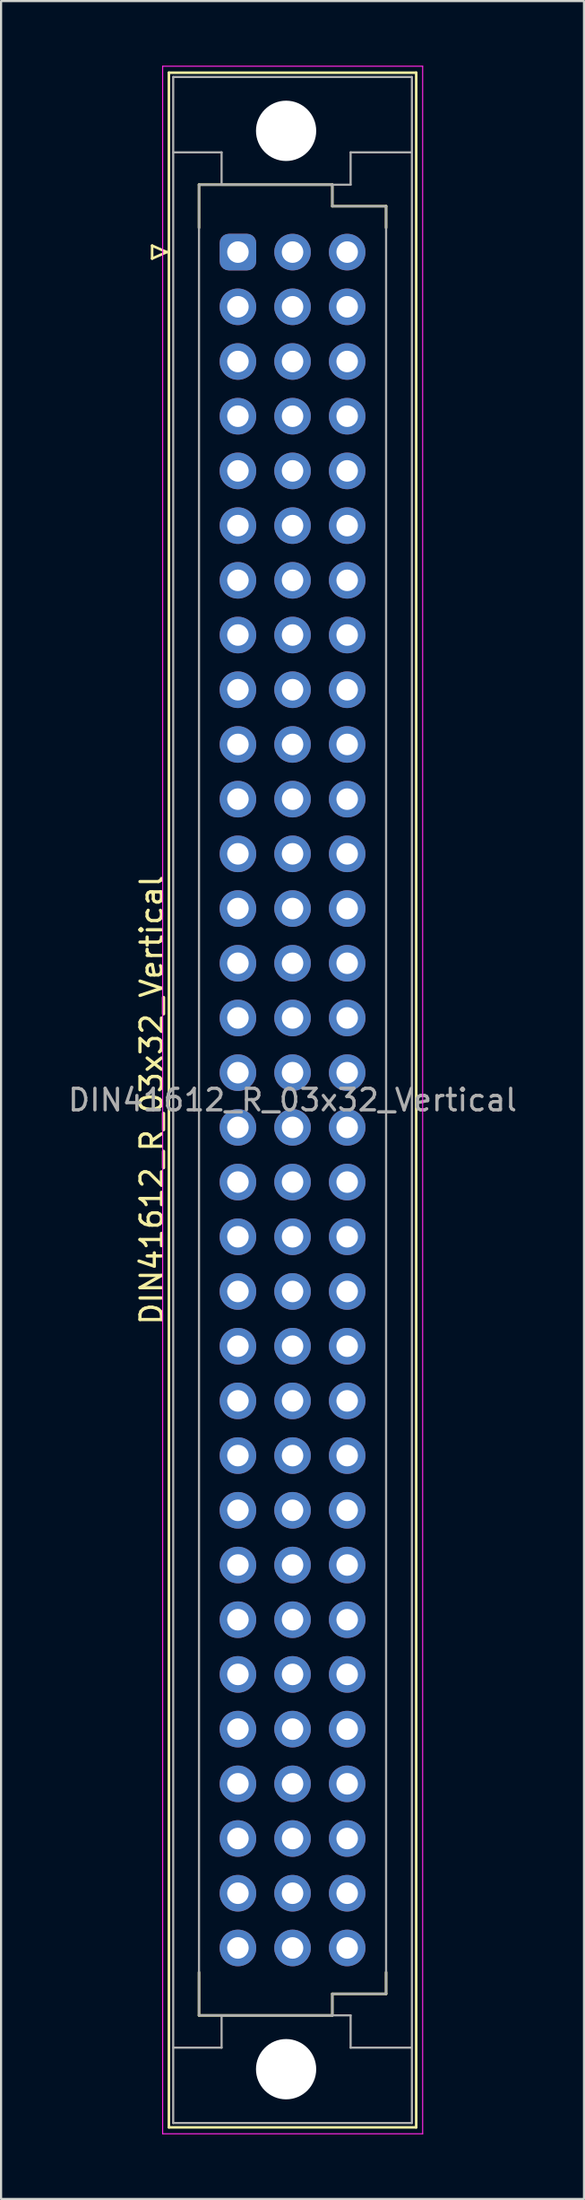
<source format=kicad_pcb>
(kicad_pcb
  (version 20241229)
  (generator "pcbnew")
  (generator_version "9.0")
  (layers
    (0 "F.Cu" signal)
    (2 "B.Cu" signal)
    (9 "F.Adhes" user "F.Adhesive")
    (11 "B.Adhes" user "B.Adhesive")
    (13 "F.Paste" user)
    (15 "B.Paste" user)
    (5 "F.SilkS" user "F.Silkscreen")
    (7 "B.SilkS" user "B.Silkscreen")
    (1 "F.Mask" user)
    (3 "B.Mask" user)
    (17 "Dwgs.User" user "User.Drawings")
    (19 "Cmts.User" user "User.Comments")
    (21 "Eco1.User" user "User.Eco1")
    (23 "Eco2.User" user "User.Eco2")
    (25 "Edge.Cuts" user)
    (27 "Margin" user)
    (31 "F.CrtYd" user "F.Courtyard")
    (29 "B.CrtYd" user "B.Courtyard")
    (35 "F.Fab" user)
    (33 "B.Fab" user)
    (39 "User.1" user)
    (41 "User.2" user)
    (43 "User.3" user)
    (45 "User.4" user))
  (footprint "DIN41612_R_03x32_Vertical"
    (layer "F.Cu")
    (at 8.014 8.655)
    (property "Reference" "DIN41612_R_03x32_Vertical" (at -4.01 39.37 90) (layer "F.SilkS") (effects (font (size 1 1) (thickness 0.15))))
    (attr through_hole)
    (fp_line (start -3.99 -0.3) (end -3.99 0.3) (stroke (width 0.12) (type solid)) (layer "F.SilkS"))
    (fp_line (start -3.99 0.3) (end -3.31 0) (stroke (width 0.12) (type solid)) (layer "F.SilkS"))
    (fp_line (start -3.31 0) (end -3.99 -0.3) (stroke (width 0.12) (type solid)) (layer "F.SilkS"))
    (fp_line (start -3.21 -8.33) (end 8.29 -8.33) (stroke (width 0.12) (type solid)) (layer "F.SilkS"))
    (fp_line (start -3.21 87.07) (end -3.21 -8.33) (stroke (width 0.12) (type solid)) (layer "F.SilkS"))
    (fp_line (start -1.81 -3.13) (end 4.39 -3.13) (stroke (width 0.12) (type solid)) (layer "F.SilkS"))
    (fp_line (start -1.81 -1.13) (end -1.81 -3.13) (stroke (width 0.12) (type solid)) (layer "F.SilkS"))
    (fp_line (start -1.81 79.87) (end -1.81 81.87) (stroke (width 0.12) (type solid)) (layer "F.SilkS"))
    (fp_line (start -1.81 81.87) (end 4.39 81.87) (stroke (width 0.12) (type solid)) (layer "F.SilkS"))
    (fp_line (start 4.39 -3.13) (end 4.39 -2.13) (stroke (width 0.12) (type solid)) (layer "F.SilkS"))
    (fp_line (start 4.39 -2.13) (end 6.89 -2.13) (stroke (width 0.12) (type solid)) (layer "F.SilkS"))
    (fp_line (start 4.39 80.87) (end 6.89 80.87) (stroke (width 0.12) (type solid)) (layer "F.SilkS"))
    (fp_line (start 4.39 81.87) (end 4.39 80.87) (stroke (width 0.12) (type solid)) (layer "F.SilkS"))
    (fp_line (start 6.89 -2.13) (end 6.89 -1.13) (stroke (width 0.12) (type solid)) (layer "F.SilkS"))
    (fp_line (start 6.89 80.87) (end 6.89 79.87) (stroke (width 0.12) (type solid)) (layer "F.SilkS"))
    (fp_line (start 8.29 -8.33) (end 8.29 87.07) (stroke (width 0.12) (type solid)) (layer "F.SilkS"))
    (fp_line (start 8.29 87.07) (end -3.21 87.07) (stroke (width 0.12) (type solid)) (layer "F.SilkS"))
    (fp_line (start -3.5 -8.63) (end 8.59 -8.63) (stroke (width 0.05) (type solid)) (layer "F.CrtYd"))
    (fp_line (start -3.5 87.37) (end -3.5 -8.63) (stroke (width 0.05) (type solid)) (layer "F.CrtYd"))
    (fp_line (start 8.59 -8.63) (end 8.59 87.37) (stroke (width 0.05) (type solid)) (layer "F.CrtYd"))
    (fp_line (start 8.59 87.37) (end -3.5 87.37) (stroke (width 0.05) (type solid)) (layer "F.CrtYd"))
    (fp_line (start -3.01 -8.13) (end 8.09 -8.13) (stroke (width 0.1) (type solid)) (layer "F.Fab"))
    (fp_line (start -3.01 -4.63) (end -0.76 -4.63) (stroke (width 0.1) (type solid)) (layer "F.Fab"))
    (fp_line (start -3.01 83.37) (end -0.76 83.37) (stroke (width 0.1) (type solid)) (layer "F.Fab"))
    (fp_line (start -3.01 86.87) (end -3.01 -8.13) (stroke (width 0.1) (type solid)) (layer "F.Fab"))
    (fp_line (start -1.81 -3.13) (end 4.39 -3.13) (stroke (width 0.1) (type solid)) (layer "F.Fab"))
    (fp_line (start -1.81 81.87) (end -1.81 -3.13) (stroke (width 0.1) (type solid)) (layer "F.Fab"))
    (fp_line (start -0.76 -4.63) (end -0.76 -3.13) (stroke (width 0.1) (type solid)) (layer "F.Fab"))
    (fp_line (start -0.76 -3.13) (end 5.24 -3.13) (stroke (width 0.1) (type solid)) (layer "F.Fab"))
    (fp_line (start -0.76 81.87) (end 5.24 81.87) (stroke (width 0.1) (type solid)) (layer "F.Fab"))
    (fp_line (start -0.76 83.37) (end -0.76 81.87) (stroke (width 0.1) (type solid)) (layer "F.Fab"))
    (fp_line (start 4.39 -3.13) (end 4.39 -2.13) (stroke (width 0.1) (type solid)) (layer "F.Fab"))
    (fp_line (start 4.39 -2.13) (end 6.89 -2.13) (stroke (width 0.1) (type solid)) (layer "F.Fab"))
    (fp_line (start 4.39 80.87) (end 4.39 81.87) (stroke (width 0.1) (type solid)) (layer "F.Fab"))
    (fp_line (start 4.39 81.87) (end -1.81 81.87) (stroke (width 0.1) (type solid)) (layer "F.Fab"))
    (fp_line (start 5.24 -4.63) (end 8.09 -4.63) (stroke (width 0.1) (type solid)) (layer "F.Fab"))
    (fp_line (start 5.24 -3.13) (end 5.24 -4.63) (stroke (width 0.1) (type solid)) (layer "F.Fab"))
    (fp_line (start 5.24 81.87) (end 5.24 83.37) (stroke (width 0.1) (type solid)) (layer "F.Fab"))
    (fp_line (start 5.24 83.37) (end 8.09 83.37) (stroke (width 0.1) (type solid)) (layer "F.Fab"))
    (fp_line (start 6.89 -2.13) (end 6.89 80.87) (stroke (width 0.1) (type solid)) (layer "F.Fab"))
    (fp_line (start 6.89 80.87) (end 4.39 80.87) (stroke (width 0.1) (type solid)) (layer "F.Fab"))
    (fp_line (start 8.09 -8.13) (end 8.09 86.87) (stroke (width 0.1) (type solid)) (layer "F.Fab"))
    (fp_line (start 8.09 86.87) (end -3.01 86.87) (stroke (width 0.1) (type solid)) (layer "F.Fab"))
    (fp_text user "${REFERENCE}" (at 2.54 39.37 0) (layer "F.Fab") (effects (font (size 1 1) (thickness 0.15))))
    (pad "" np_thru_hole circle (at 2.24 -5.63) (size 2.8 2.8) (drill 2.8) (layers "*.Cu" "*.Mask"))
    (pad "" np_thru_hole circle (at 2.24 84.37) (size 2.8 2.8) (drill 2.8) (layers "*.Cu" "*.Mask"))
    (pad "a1" thru_hole roundrect (at 0 0) (size 1.7 1.7) (drill 1) (layers "*.Cu" "*.Mask") (roundrect_rratio 0.25))
    (pad "a2" thru_hole circle (at 0 2.54) (size 1.7 1.7) (drill 1) (layers "*.Cu" "*.Mask"))
    (pad "a3" thru_hole circle (at 0 5.08) (size 1.7 1.7) (drill 1) (layers "*.Cu" "*.Mask"))
    (pad "a4" thru_hole circle (at 0 7.62) (size 1.7 1.7) (drill 1) (layers "*.Cu" "*.Mask"))
    (pad "a5" thru_hole circle (at 0 10.16) (size 1.7 1.7) (drill 1) (layers "*.Cu" "*.Mask"))
    (pad "a6" thru_hole circle (at 0 12.7) (size 1.7 1.7) (drill 1) (layers "*.Cu" "*.Mask"))
    (pad "a7" thru_hole circle (at 0 15.24) (size 1.7 1.7) (drill 1) (layers "*.Cu" "*.Mask"))
    (pad "a8" thru_hole circle (at 0 17.78) (size 1.7 1.7) (drill 1) (layers "*.Cu" "*.Mask"))
    (pad "a9" thru_hole circle (at 0 20.32) (size 1.7 1.7) (drill 1) (layers "*.Cu" "*.Mask"))
    (pad "a10" thru_hole circle (at 0 22.86) (size 1.7 1.7) (drill 1) (layers "*.Cu" "*.Mask"))
    (pad "a11" thru_hole circle (at 0 25.4) (size 1.7 1.7) (drill 1) (layers "*.Cu" "*.Mask"))
    (pad "a12" thru_hole circle (at 0 27.94) (size 1.7 1.7) (drill 1) (layers "*.Cu" "*.Mask"))
    (pad "a13" thru_hole circle (at 0 30.48) (size 1.7 1.7) (drill 1) (layers "*.Cu" "*.Mask"))
    (pad "a14" thru_hole circle (at 0 33.02) (size 1.7 1.7) (drill 1) (layers "*.Cu" "*.Mask"))
    (pad "a15" thru_hole circle (at 0 35.56) (size 1.7 1.7) (drill 1) (layers "*.Cu" "*.Mask"))
    (pad "a16" thru_hole circle (at 0 38.1) (size 1.7 1.7) (drill 1) (layers "*.Cu" "*.Mask"))
    (pad "a17" thru_hole circle (at 0 40.64) (size 1.7 1.7) (drill 1) (layers "*.Cu" "*.Mask"))
    (pad "a18" thru_hole circle (at 0 43.18) (size 1.7 1.7) (drill 1) (layers "*.Cu" "*.Mask"))
    (pad "a19" thru_hole circle (at 0 45.72) (size 1.7 1.7) (drill 1) (layers "*.Cu" "*.Mask"))
    (pad "a20" thru_hole circle (at 0 48.26) (size 1.7 1.7) (drill 1) (layers "*.Cu" "*.Mask"))
    (pad "a21" thru_hole circle (at 0 50.8) (size 1.7 1.7) (drill 1) (layers "*.Cu" "*.Mask"))
    (pad "a22" thru_hole circle (at 0 53.34) (size 1.7 1.7) (drill 1) (layers "*.Cu" "*.Mask"))
    (pad "a23" thru_hole circle (at 0 55.88) (size 1.7 1.7) (drill 1) (layers "*.Cu" "*.Mask"))
    (pad "a24" thru_hole circle (at 0 58.42) (size 1.7 1.7) (drill 1) (layers "*.Cu" "*.Mask"))
    (pad "a25" thru_hole circle (at 0 60.96) (size 1.7 1.7) (drill 1) (layers "*.Cu" "*.Mask"))
    (pad "a26" thru_hole circle (at 0 63.5) (size 1.7 1.7) (drill 1) (layers "*.Cu" "*.Mask"))
    (pad "a27" thru_hole circle (at 0 66.04) (size 1.7 1.7) (drill 1) (layers "*.Cu" "*.Mask"))
    (pad "a28" thru_hole circle (at 0 68.58) (size 1.7 1.7) (drill 1) (layers "*.Cu" "*.Mask"))
    (pad "a29" thru_hole circle (at 0 71.12) (size 1.7 1.7) (drill 1) (layers "*.Cu" "*.Mask"))
    (pad "a30" thru_hole circle (at 0 73.66) (size 1.7 1.7) (drill 1) (layers "*.Cu" "*.Mask"))
    (pad "a31" thru_hole circle (at 0 76.2) (size 1.7 1.7) (drill 1) (layers "*.Cu" "*.Mask"))
    (pad "a32" thru_hole circle (at 0 78.74) (size 1.7 1.7) (drill 1) (layers "*.Cu" "*.Mask"))
    (pad "b1" thru_hole circle (at 2.54 0) (size 1.7 1.7) (drill 1) (layers "*.Cu" "*.Mask"))
    (pad "b2" thru_hole circle (at 2.54 2.54) (size 1.7 1.7) (drill 1) (layers "*.Cu" "*.Mask"))
    (pad "b3" thru_hole circle (at 2.54 5.08) (size 1.7 1.7) (drill 1) (layers "*.Cu" "*.Mask"))
    (pad "b4" thru_hole circle (at 2.54 7.62) (size 1.7 1.7) (drill 1) (layers "*.Cu" "*.Mask"))
    (pad "b5" thru_hole circle (at 2.54 10.16) (size 1.7 1.7) (drill 1) (layers "*.Cu" "*.Mask"))
    (pad "b6" thru_hole circle (at 2.54 12.7) (size 1.7 1.7) (drill 1) (layers "*.Cu" "*.Mask"))
    (pad "b7" thru_hole circle (at 2.54 15.24) (size 1.7 1.7) (drill 1) (layers "*.Cu" "*.Mask"))
    (pad "b8" thru_hole circle (at 2.54 17.78) (size 1.7 1.7) (drill 1) (layers "*.Cu" "*.Mask"))
    (pad "b9" thru_hole circle (at 2.54 20.32) (size 1.7 1.7) (drill 1) (layers "*.Cu" "*.Mask"))
    (pad "b10" thru_hole circle (at 2.54 22.86) (size 1.7 1.7) (drill 1) (layers "*.Cu" "*.Mask"))
    (pad "b11" thru_hole circle (at 2.54 25.4) (size 1.7 1.7) (drill 1) (layers "*.Cu" "*.Mask"))
    (pad "b12" thru_hole circle (at 2.54 27.94) (size 1.7 1.7) (drill 1) (layers "*.Cu" "*.Mask"))
    (pad "b13" thru_hole circle (at 2.54 30.48) (size 1.7 1.7) (drill 1) (layers "*.Cu" "*.Mask"))
    (pad "b14" thru_hole circle (at 2.54 33.02) (size 1.7 1.7) (drill 1) (layers "*.Cu" "*.Mask"))
    (pad "b15" thru_hole circle (at 2.54 35.56) (size 1.7 1.7) (drill 1) (layers "*.Cu" "*.Mask"))
    (pad "b16" thru_hole circle (at 2.54 38.1) (size 1.7 1.7) (drill 1) (layers "*.Cu" "*.Mask"))
    (pad "b17" thru_hole circle (at 2.54 40.64) (size 1.7 1.7) (drill 1) (layers "*.Cu" "*.Mask"))
    (pad "b18" thru_hole circle (at 2.54 43.18) (size 1.7 1.7) (drill 1) (layers "*.Cu" "*.Mask"))
    (pad "b19" thru_hole circle (at 2.54 45.72) (size 1.7 1.7) (drill 1) (layers "*.Cu" "*.Mask"))
    (pad "b20" thru_hole circle (at 2.54 48.26) (size 1.7 1.7) (drill 1) (layers "*.Cu" "*.Mask"))
    (pad "b21" thru_hole circle (at 2.54 50.8) (size 1.7 1.7) (drill 1) (layers "*.Cu" "*.Mask"))
    (pad "b22" thru_hole circle (at 2.54 53.34) (size 1.7 1.7) (drill 1) (layers "*.Cu" "*.Mask"))
    (pad "b23" thru_hole circle (at 2.54 55.88) (size 1.7 1.7) (drill 1) (layers "*.Cu" "*.Mask"))
    (pad "b24" thru_hole circle (at 2.54 58.42) (size 1.7 1.7) (drill 1) (layers "*.Cu" "*.Mask"))
    (pad "b25" thru_hole circle (at 2.54 60.96) (size 1.7 1.7) (drill 1) (layers "*.Cu" "*.Mask"))
    (pad "b26" thru_hole circle (at 2.54 63.5) (size 1.7 1.7) (drill 1) (layers "*.Cu" "*.Mask"))
    (pad "b27" thru_hole circle (at 2.54 66.04) (size 1.7 1.7) (drill 1) (layers "*.Cu" "*.Mask"))
    (pad "b28" thru_hole circle (at 2.54 68.58) (size 1.7 1.7) (drill 1) (layers "*.Cu" "*.Mask"))
    (pad "b29" thru_hole circle (at 2.54 71.12) (size 1.7 1.7) (drill 1) (layers "*.Cu" "*.Mask"))
    (pad "b30" thru_hole circle (at 2.54 73.66) (size 1.7 1.7) (drill 1) (layers "*.Cu" "*.Mask"))
    (pad "b31" thru_hole circle (at 2.54 76.2) (size 1.7 1.7) (drill 1) (layers "*.Cu" "*.Mask"))
    (pad "b32" thru_hole circle (at 2.54 78.74) (size 1.7 1.7) (drill 1) (layers "*.Cu" "*.Mask"))
    (pad "c1" thru_hole circle (at 5.08 0) (size 1.7 1.7) (drill 1) (layers "*.Cu" "*.Mask"))
    (pad "c2" thru_hole circle (at 5.08 2.54) (size 1.7 1.7) (drill 1) (layers "*.Cu" "*.Mask"))
    (pad "c3" thru_hole circle (at 5.08 5.08) (size 1.7 1.7) (drill 1) (layers "*.Cu" "*.Mask"))
    (pad "c4" thru_hole circle (at 5.08 7.62) (size 1.7 1.7) (drill 1) (layers "*.Cu" "*.Mask"))
    (pad "c5" thru_hole circle (at 5.08 10.16) (size 1.7 1.7) (drill 1) (layers "*.Cu" "*.Mask"))
    (pad "c6" thru_hole circle (at 5.08 12.7) (size 1.7 1.7) (drill 1) (layers "*.Cu" "*.Mask"))
    (pad "c7" thru_hole circle (at 5.08 15.24) (size 1.7 1.7) (drill 1) (layers "*.Cu" "*.Mask"))
    (pad "c8" thru_hole circle (at 5.08 17.78) (size 1.7 1.7) (drill 1) (layers "*.Cu" "*.Mask"))
    (pad "c9" thru_hole circle (at 5.08 20.32) (size 1.7 1.7) (drill 1) (layers "*.Cu" "*.Mask"))
    (pad "c10" thru_hole circle (at 5.08 22.86) (size 1.7 1.7) (drill 1) (layers "*.Cu" "*.Mask"))
    (pad "c11" thru_hole circle (at 5.08 25.4) (size 1.7 1.7) (drill 1) (layers "*.Cu" "*.Mask"))
    (pad "c12" thru_hole circle (at 5.08 27.94) (size 1.7 1.7) (drill 1) (layers "*.Cu" "*.Mask"))
    (pad "c13" thru_hole circle (at 5.08 30.48) (size 1.7 1.7) (drill 1) (layers "*.Cu" "*.Mask"))
    (pad "c14" thru_hole circle (at 5.08 33.02) (size 1.7 1.7) (drill 1) (layers "*.Cu" "*.Mask"))
    (pad "c15" thru_hole circle (at 5.08 35.56) (size 1.7 1.7) (drill 1) (layers "*.Cu" "*.Mask"))
    (pad "c16" thru_hole circle (at 5.08 38.1) (size 1.7 1.7) (drill 1) (layers "*.Cu" "*.Mask"))
    (pad "c17" thru_hole circle (at 5.08 40.64) (size 1.7 1.7) (drill 1) (layers "*.Cu" "*.Mask"))
    (pad "c18" thru_hole circle (at 5.08 43.18) (size 1.7 1.7) (drill 1) (layers "*.Cu" "*.Mask"))
    (pad "c19" thru_hole circle (at 5.08 45.72) (size 1.7 1.7) (drill 1) (layers "*.Cu" "*.Mask"))
    (pad "c20" thru_hole circle (at 5.08 48.26) (size 1.7 1.7) (drill 1) (layers "*.Cu" "*.Mask"))
    (pad "c21" thru_hole circle (at 5.08 50.8) (size 1.7 1.7) (drill 1) (layers "*.Cu" "*.Mask"))
    (pad "c22" thru_hole circle (at 5.08 53.34) (size 1.7 1.7) (drill 1) (layers "*.Cu" "*.Mask"))
    (pad "c23" thru_hole circle (at 5.08 55.88) (size 1.7 1.7) (drill 1) (layers "*.Cu" "*.Mask"))
    (pad "c24" thru_hole circle (at 5.08 58.42) (size 1.7 1.7) (drill 1) (layers "*.Cu" "*.Mask"))
    (pad "c25" thru_hole circle (at 5.08 60.96) (size 1.7 1.7) (drill 1) (layers "*.Cu" "*.Mask"))
    (pad "c26" thru_hole circle (at 5.08 63.5) (size 1.7 1.7) (drill 1) (layers "*.Cu" "*.Mask"))
    (pad "c27" thru_hole circle (at 5.08 66.04) (size 1.7 1.7) (drill 1) (layers "*.Cu" "*.Mask"))
    (pad "c28" thru_hole circle (at 5.08 68.58) (size 1.7 1.7) (drill 1) (layers "*.Cu" "*.Mask"))
    (pad "c29" thru_hole circle (at 5.08 71.12) (size 1.7 1.7) (drill 1) (layers "*.Cu" "*.Mask"))
    (pad "c30" thru_hole circle (at 5.08 73.66) (size 1.7 1.7) (drill 1) (layers "*.Cu" "*.Mask"))
    (pad "c31" thru_hole circle (at 5.08 76.2) (size 1.7 1.7) (drill 1) (layers "*.Cu" "*.Mask"))
    (pad "c32" thru_hole circle (at 5.08 78.74) (size 1.7 1.7) (drill 1) (layers "*.Cu" "*.Mask")))
  (gr_rect
    (start -3 -3)
    (end 24.107 99.05)
    (stroke (width 0.1) (type default))
    (fill no)
    (layer "Edge.Cuts")))
</source>
